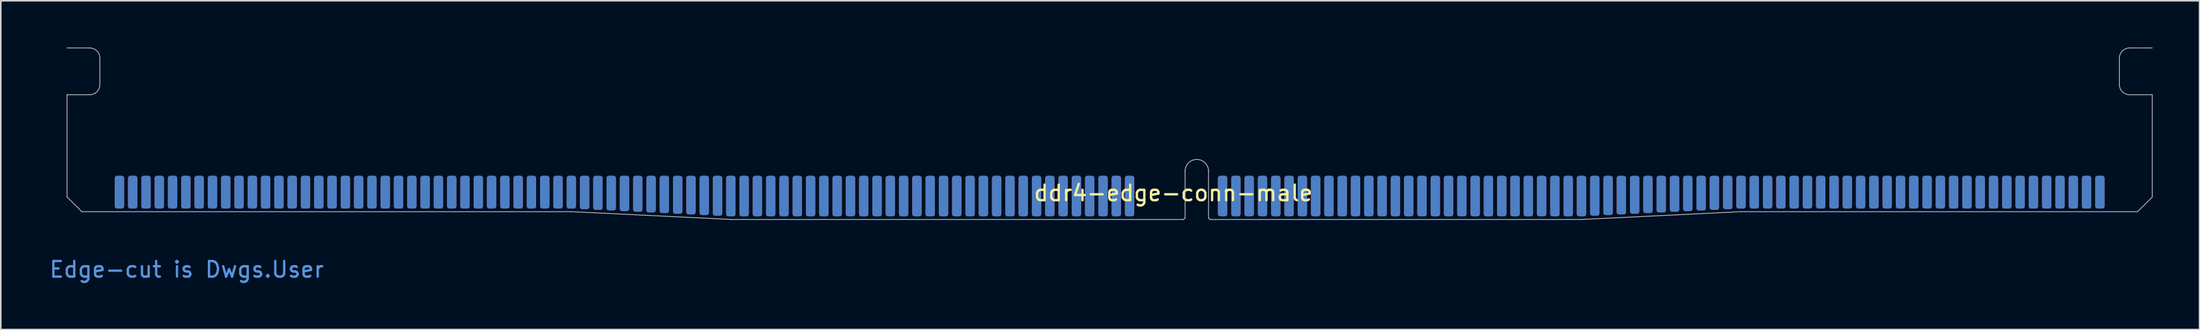
<source format=kicad_pcb>
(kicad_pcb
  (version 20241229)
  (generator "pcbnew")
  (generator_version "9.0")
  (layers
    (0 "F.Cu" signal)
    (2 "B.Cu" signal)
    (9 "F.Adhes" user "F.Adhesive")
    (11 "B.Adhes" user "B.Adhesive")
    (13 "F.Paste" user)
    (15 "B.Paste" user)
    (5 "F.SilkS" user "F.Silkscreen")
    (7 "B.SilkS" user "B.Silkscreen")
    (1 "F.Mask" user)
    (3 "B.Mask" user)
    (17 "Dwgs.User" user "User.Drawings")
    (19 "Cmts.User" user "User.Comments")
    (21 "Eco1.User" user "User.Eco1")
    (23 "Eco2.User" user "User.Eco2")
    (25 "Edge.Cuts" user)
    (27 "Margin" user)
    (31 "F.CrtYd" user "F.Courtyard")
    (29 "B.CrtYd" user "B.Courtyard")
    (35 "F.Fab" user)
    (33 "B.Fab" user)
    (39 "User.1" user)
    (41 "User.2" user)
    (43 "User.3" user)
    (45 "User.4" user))
  (footprint "ddr4-edge-conn-male"
    (layer "F.Cu")
    (at 69.187 0.635)
    (property "Reference" "ddr4-edge-conn-male" (at 2.8 8.7 0) (layer "F.SilkS") (effects (font (size 1 1) (thickness 0.15))))
    (attr through_hole)
    (fp_line (start -67.95 -0.61) (end -66.5 -0.61) (stroke (width 0.05) (type solid)) (layer "Dwgs.User"))
    (fp_line (start -67.95 2.39) (end -66.5 2.39) (stroke (width 0.05) (type solid)) (layer "Dwgs.User"))
    (fp_line (start -67.95 8.95) (end -67.95 2.39) (stroke (width 0.05) (type solid)) (layer "Dwgs.User"))
    (fp_line (start -67.95 8.95) (end -67 9.89) (stroke (width 0.05) (type solid)) (layer "Dwgs.User"))
    (fp_line (start -65.85 1.74) (end -65.85 0.04) (stroke (width 0.05) (type solid)) (layer "Dwgs.User"))
    (fp_line (start -35.7 9.89) (end -67 9.89) (stroke (width 0.05) (type solid)) (layer "Dwgs.User"))
    (fp_line (start -25.5 10.39) (end -35.7 9.89) (stroke (width 0.05) (type solid)) (layer "Dwgs.User"))
    (fp_line (start 3.45 10.39) (end -25.5 10.39) (stroke (width 0.05) (type solid)) (layer "Dwgs.User"))
    (fp_line (start 3.45 10.39) (end 3.55 10.3) (stroke (width 0.05) (type solid)) (layer "Dwgs.User"))
    (fp_line (start 3.55 10.3) (end 3.55 7.29) (stroke (width 0.05) (type solid)) (layer "Dwgs.User"))
    (fp_line (start 5.05 7.29) (end 5.05 10.3) (stroke (width 0.05) (type solid)) (layer "Dwgs.User"))
    (fp_line (start 5.05 10.3) (end 5.14 10.39) (stroke (width 0.05) (type solid)) (layer "Dwgs.User"))
    (fp_line (start 5.14 10.39) (end 28.9 10.39) (stroke (width 0.05) (type solid)) (layer "Dwgs.User"))
    (fp_line (start 28.9 10.39) (end 39.1 9.89) (stroke (width 0.05) (type solid)) (layer "Dwgs.User"))
    (fp_line (start 39.1 9.89) (end 64.46 9.89) (stroke (width 0.05) (type solid)) (layer "Dwgs.User"))
    (fp_line (start 63.3 1.74) (end 63.3 0.04) (stroke (width 0.05) (type solid)) (layer "Dwgs.User"))
    (fp_line (start 64.46 9.89) (end 65.4 8.95) (stroke (width 0.05) (type solid)) (layer "Dwgs.User"))
    (fp_line (start 65.4 -0.61) (end 63.95 -0.61) (stroke (width 0.05) (type solid)) (layer "Dwgs.User"))
    (fp_line (start 65.4 2.39) (end 63.95 2.39) (stroke (width 0.05) (type solid)) (layer "Dwgs.User"))
    (fp_line (start 65.4 8.95) (end 65.4 2.39) (stroke (width 0.05) (type solid)) (layer "Dwgs.User"))
    (fp_arc (start -66.5 -0.61) (mid -66.040381 -0.419619) (end -65.85 0.04) (stroke (width 0.05) (type solid)) (layer "Dwgs.User"))
    (fp_arc (start -65.85 1.74) (mid -66.040381 2.199619) (end -66.5 2.39) (stroke (width 0.05) (type solid)) (layer "Dwgs.User"))
    (fp_arc (start 3.55 7.29) (mid 4.3 6.54) (end 5.05 7.29) (stroke (width 0.05) (type solid)) (layer "Dwgs.User"))
    (fp_arc (start 63.3 0.04) (mid 63.490381 -0.419619) (end 63.95 -0.61) (stroke (width 0.05) (type solid)) (layer "Dwgs.User"))
    (fp_arc (start 63.95 2.39) (mid 63.490381 2.199619) (end 63.3 1.74) (stroke (width 0.05) (type solid)) (layer "Dwgs.User"))
    (fp_text user "Edge-cut is Dwgs.User" (at -60.3 13.6 0) (layer "Cmts.User") (effects (font (size 1 1) (thickness 0.15))))
    (pad "1" smd roundrect (at -64.6 8.64) (size 0.6 2.1) (layers "F.Cu" "F.Mask") (roundrect_rratio 0.25))
    (pad "2" smd roundrect (at -63.75 8.64) (size 0.6 2.1) (layers "F.Cu" "F.Mask") (roundrect_rratio 0.25))
    (pad "3" smd roundrect (at -62.9 8.64) (size 0.6 2.1) (layers "F.Cu" "F.Mask") (roundrect_rratio 0.25))
    (pad "4" smd roundrect (at -62.05 8.64) (size 0.6 2.1) (layers "F.Cu" "F.Mask") (roundrect_rratio 0.25))
    (pad "5" smd roundrect (at -61.2 8.64) (size 0.6 2.1) (layers "F.Cu" "F.Mask") (roundrect_rratio 0.25))
    (pad "6" smd roundrect (at -60.35 8.64) (size 0.6 2.1) (layers "F.Cu" "F.Mask") (roundrect_rratio 0.25))
    (pad "7" smd roundrect (at -59.5 8.64) (size 0.6 2.1) (layers "F.Cu" "F.Mask") (roundrect_rratio 0.25))
    (pad "8" smd roundrect (at -58.65 8.64) (size 0.6 2.1) (layers "F.Cu" "F.Mask") (roundrect_rratio 0.25))
    (pad "9" smd roundrect (at -57.8 8.64) (size 0.6 2.1) (layers "F.Cu" "F.Mask") (roundrect_rratio 0.25))
    (pad "10" smd roundrect (at -56.95 8.64) (size 0.6 2.1) (layers "F.Cu" "F.Mask") (roundrect_rratio 0.25))
    (pad "11" smd roundrect (at -56.1 8.64) (size 0.6 2.1) (layers "F.Cu" "F.Mask") (roundrect_rratio 0.25))
    (pad "12" smd roundrect (at -55.25 8.64) (size 0.6 2.1) (layers "F.Cu" "F.Mask") (roundrect_rratio 0.25))
    (pad "13" smd roundrect (at -54.4 8.64) (size 0.6 2.1) (layers "F.Cu" "F.Mask") (roundrect_rratio 0.25))
    (pad "14" smd roundrect (at -53.55 8.64) (size 0.6 2.1) (layers "F.Cu" "F.Mask") (roundrect_rratio 0.25))
    (pad "15" smd roundrect (at -52.7 8.64) (size 0.6 2.1) (layers "F.Cu" "F.Mask") (roundrect_rratio 0.25))
    (pad "16" smd roundrect (at -51.85 8.64) (size 0.6 2.1) (layers "F.Cu" "F.Mask") (roundrect_rratio 0.25))
    (pad "17" smd roundrect (at -51 8.64) (size 0.6 2.1) (layers "F.Cu" "F.Mask") (roundrect_rratio 0.25))
    (pad "18" smd roundrect (at -50.15 8.64) (size 0.6 2.1) (layers "F.Cu" "F.Mask") (roundrect_rratio 0.25))
    (pad "19" smd roundrect (at -49.3 8.64) (size 0.6 2.1) (layers "F.Cu" "F.Mask") (roundrect_rratio 0.25))
    (pad "20" smd roundrect (at -48.45 8.64) (size 0.6 2.1) (layers "F.Cu" "F.Mask") (roundrect_rratio 0.25))
    (pad "21" smd roundrect (at -47.6 8.64) (size 0.6 2.1) (layers "F.Cu" "F.Mask") (roundrect_rratio 0.25))
    (pad "22" smd roundrect (at -46.75 8.64) (size 0.6 2.1) (layers "F.Cu" "F.Mask") (roundrect_rratio 0.25))
    (pad "23" smd roundrect (at -45.9 8.64) (size 0.6 2.1) (layers "F.Cu" "F.Mask") (roundrect_rratio 0.25))
    (pad "24" smd roundrect (at -45.05 8.64) (size 0.6 2.1) (layers "F.Cu" "F.Mask") (roundrect_rratio 0.25))
    (pad "25" smd roundrect (at -44.2 8.64) (size 0.6 2.1) (layers "F.Cu" "F.Mask") (roundrect_rratio 0.25))
    (pad "26" smd roundrect (at -43.35 8.64) (size 0.6 2.1) (layers "F.Cu" "F.Mask") (roundrect_rratio 0.25))
    (pad "27" smd roundrect (at -42.5 8.64) (size 0.6 2.1) (layers "F.Cu" "F.Mask") (roundrect_rratio 0.25))
    (pad "28" smd roundrect (at -41.65 8.64) (size 0.6 2.1) (layers "F.Cu" "F.Mask") (roundrect_rratio 0.25))
    (pad "29" smd roundrect (at -40.8 8.64) (size 0.6 2.1) (layers "F.Cu" "F.Mask") (roundrect_rratio 0.25))
    (pad "30" smd roundrect (at -39.95 8.64) (size 0.6 2.1) (layers "F.Cu" "F.Mask") (roundrect_rratio 0.25))
    (pad "31" smd roundrect (at -39.1 8.64) (size 0.6 2.1) (layers "F.Cu" "F.Mask") (roundrect_rratio 0.25))
    (pad "32" smd roundrect (at -38.25 8.64) (size 0.6 2.1) (layers "F.Cu" "F.Mask") (roundrect_rratio 0.25))
    (pad "33" smd roundrect (at -37.4 8.64) (size 0.6 2.1) (layers "F.Cu" "F.Mask") (roundrect_rratio 0.25))
    (pad "34" smd roundrect (at -36.55 8.64) (size 0.6 2.1) (layers "F.Cu" "F.Mask") (roundrect_rratio 0.25))
    (pad "35" smd roundrect (at -35.7 8.64) (size 0.6 2.1) (layers "F.Cu" "F.Mask") (roundrect_rratio 0.25))
    (pad "36" smd roundrect (at -34.85 8.89) (size 0.6 2.142) (drill (offset 0 -0.229)) (layers "F.Cu" "F.Mask") (roundrect_rratio 0.25))
    (pad "37" smd roundrect (at -34 8.89) (size 0.6 2.183) (drill (offset 0 -0.208)) (layers "F.Cu" "F.Mask") (roundrect_rratio 0.25))
    (pad "38" smd roundrect (at -33.15 8.89) (size 0.6 2.225) (drill (offset 0 -0.188)) (layers "F.Cu" "F.Mask") (roundrect_rratio 0.25))
    (pad "39" smd roundrect (at -32.3 8.89) (size 0.6 2.267) (drill (offset 0 -0.167)) (layers "F.Cu" "F.Mask") (roundrect_rratio 0.25))
    (pad "40" smd roundrect (at -31.45 8.89) (size 0.6 2.308) (drill (offset 0 -0.146)) (layers "F.Cu" "F.Mask") (roundrect_rratio 0.25))
    (pad "41" smd roundrect (at -30.6 8.89) (size 0.6 2.35) (drill (offset 0 -0.125)) (layers "F.Cu" "F.Mask") (roundrect_rratio 0.25))
    (pad "42" smd roundrect (at -29.75 8.89) (size 0.6 2.392) (drill (offset 0 -0.104)) (layers "F.Cu" "F.Mask") (roundrect_rratio 0.25))
    (pad "43" smd roundrect (at -28.9 8.89) (size 0.6 2.433) (drill (offset 0 -0.083)) (layers "F.Cu" "F.Mask") (roundrect_rratio 0.25))
    (pad "44" smd roundrect (at -28.05 8.89) (size 0.6 2.475) (drill (offset 0 -0.062)) (layers "F.Cu" "F.Mask") (roundrect_rratio 0.25))
    (pad "45" smd roundrect (at -27.2 8.89) (size 0.6 2.517) (drill (offset 0 -0.042)) (layers "F.Cu" "F.Mask") (roundrect_rratio 0.25))
    (pad "46" smd roundrect (at -26.35 8.89) (size 0.6 2.558) (drill (offset 0 -0.021)) (layers "F.Cu" "F.Mask") (roundrect_rratio 0.25))
    (pad "47" smd roundrect (at -25.5 8.89) (size 0.6 2.6) (layers "F.Cu" "F.Mask") (roundrect_rratio 0.25))
    (pad "48" smd roundrect (at -24.65 8.89) (size 0.6 2.6) (layers "F.Cu" "F.Mask") (roundrect_rratio 0.25))
    (pad "49" smd roundrect (at -23.8 8.89) (size 0.6 2.6) (layers "F.Cu" "F.Mask") (roundrect_rratio 0.25))
    (pad "50" smd roundrect (at -22.95 8.89) (size 0.6 2.6) (layers "F.Cu" "F.Mask") (roundrect_rratio 0.25))
    (pad "51" smd roundrect (at -22.1 8.89) (size 0.6 2.6) (layers "F.Cu" "F.Mask") (roundrect_rratio 0.25))
    (pad "52" smd roundrect (at -21.25 8.89) (size 0.6 2.6) (layers "F.Cu" "F.Mask") (roundrect_rratio 0.25))
    (pad "53" smd roundrect (at -20.4 8.89) (size 0.6 2.6) (layers "F.Cu" "F.Mask") (roundrect_rratio 0.25))
    (pad "54" smd roundrect (at -19.55 8.89) (size 0.6 2.6) (layers "F.Cu" "F.Mask") (roundrect_rratio 0.25))
    (pad "55" smd roundrect (at -18.7 8.89) (size 0.6 2.6) (layers "F.Cu" "F.Mask") (roundrect_rratio 0.25))
    (pad "56" smd roundrect (at -17.85 8.89) (size 0.6 2.6) (layers "F.Cu" "F.Mask") (roundrect_rratio 0.25))
    (pad "57" smd roundrect (at -17 8.89) (size 0.6 2.6) (layers "F.Cu" "F.Mask") (roundrect_rratio 0.25))
    (pad "58" smd roundrect (at -16.15 8.89) (size 0.6 2.6) (layers "F.Cu" "F.Mask") (roundrect_rratio 0.25))
    (pad "59" smd roundrect (at -15.3 8.89) (size 0.6 2.6) (layers "F.Cu" "F.Mask") (roundrect_rratio 0.25))
    (pad "60" smd roundrect (at -14.45 8.89) (size 0.6 2.6) (layers "F.Cu" "F.Mask") (roundrect_rratio 0.25))
    (pad "61" smd roundrect (at -13.6 8.89) (size 0.6 2.6) (layers "F.Cu" "F.Mask") (roundrect_rratio 0.25))
    (pad "62" smd roundrect (at -12.75 8.89) (size 0.6 2.6) (layers "F.Cu" "F.Mask") (roundrect_rratio 0.25))
    (pad "63" smd roundrect (at -11.9 8.89) (size 0.6 2.6) (layers "F.Cu" "F.Mask") (roundrect_rratio 0.25))
    (pad "64" smd roundrect (at -11.05 8.89) (size 0.6 2.6) (layers "F.Cu" "F.Mask") (roundrect_rratio 0.25))
    (pad "65" smd roundrect (at -10.2 8.89) (size 0.6 2.6) (layers "F.Cu" "F.Mask") (roundrect_rratio 0.25))
    (pad "66" smd roundrect (at -9.35 8.89) (size 0.6 2.6) (layers "F.Cu" "F.Mask") (roundrect_rratio 0.25))
    (pad "67" smd roundrect (at -8.5 8.89) (size 0.6 2.6) (layers "F.Cu" "F.Mask") (roundrect_rratio 0.25))
    (pad "68" smd roundrect (at -7.65 8.89) (size 0.6 2.6) (layers "F.Cu" "F.Mask") (roundrect_rratio 0.25))
    (pad "69" smd roundrect (at -6.8 8.89) (size 0.6 2.6) (layers "F.Cu" "F.Mask") (roundrect_rratio 0.25))
    (pad "70" smd roundrect (at -5.95 8.89) (size 0.6 2.6) (layers "F.Cu" "F.Mask") (roundrect_rratio 0.25))
    (pad "71" smd roundrect (at -5.1 8.89) (size 0.6 2.6) (layers "F.Cu" "F.Mask") (roundrect_rratio 0.25))
    (pad "72" smd roundrect (at -4.25 8.89) (size 0.6 2.6) (layers "F.Cu" "F.Mask") (roundrect_rratio 0.25))
    (pad "73" smd roundrect (at -3.4 8.89) (size 0.6 2.6) (layers "F.Cu" "F.Mask") (roundrect_rratio 0.25))
    (pad "74" smd roundrect (at -2.55 8.89) (size 0.6 2.6) (layers "F.Cu" "F.Mask") (roundrect_rratio 0.25))
    (pad "75" smd roundrect (at -1.7 8.89) (size 0.6 2.6) (layers "F.Cu" "F.Mask") (roundrect_rratio 0.25))
    (pad "76" smd roundrect (at -0.85 8.89) (size 0.6 2.6) (layers "F.Cu" "F.Mask") (roundrect_rratio 0.25))
    (pad "77" smd roundrect (at 0 8.89) (size 0.6 2.6) (layers "F.Cu" "F.Mask") (roundrect_rratio 0.25))
    (pad "78" smd roundrect (at 5.95 8.89) (size 0.6 2.6) (layers "F.Cu" "F.Mask") (roundrect_rratio 0.25))
    (pad "79" smd roundrect (at 6.8 8.89) (size 0.6 2.6) (layers "F.Cu" "F.Mask") (roundrect_rratio 0.25))
    (pad "80" smd roundrect (at 7.65 8.89) (size 0.6 2.6) (layers "F.Cu" "F.Mask") (roundrect_rratio 0.25))
    (pad "81" smd roundrect (at 8.5 8.89) (size 0.6 2.6) (layers "F.Cu" "F.Mask") (roundrect_rratio 0.25))
    (pad "82" smd roundrect (at 9.35 8.89) (size 0.6 2.6) (layers "F.Cu" "F.Mask") (roundrect_rratio 0.25))
    (pad "83" smd roundrect (at 10.2 8.89) (size 0.6 2.6) (layers "F.Cu" "F.Mask") (roundrect_rratio 0.25))
    (pad "84" smd roundrect (at 11.05 8.89) (size 0.6 2.6) (layers "F.Cu" "F.Mask") (roundrect_rratio 0.25))
    (pad "85" smd roundrect (at 11.9 8.89) (size 0.6 2.6) (layers "F.Cu" "F.Mask") (roundrect_rratio 0.25))
    (pad "86" smd roundrect (at 12.75 8.89) (size 0.6 2.6) (layers "F.Cu" "F.Mask") (roundrect_rratio 0.25))
    (pad "87" smd roundrect (at 13.6 8.89) (size 0.6 2.6) (layers "F.Cu" "F.Mask") (roundrect_rratio 0.25))
    (pad "88" smd roundrect (at 14.45 8.89) (size 0.6 2.6) (layers "F.Cu" "F.Mask") (roundrect_rratio 0.25))
    (pad "89" smd roundrect (at 15.3 8.89) (size 0.6 2.6) (layers "F.Cu" "F.Mask") (roundrect_rratio 0.25))
    (pad "90" smd roundrect (at 16.15 8.89) (size 0.6 2.6) (layers "F.Cu" "F.Mask") (roundrect_rratio 0.25))
    (pad "91" smd roundrect (at 17 8.89) (size 0.6 2.6) (layers "F.Cu" "F.Mask") (roundrect_rratio 0.25))
    (pad "92" smd roundrect (at 17.85 8.89) (size 0.6 2.6) (layers "F.Cu" "F.Mask") (roundrect_rratio 0.25))
    (pad "93" smd roundrect (at 18.7 8.89) (size 0.6 2.6) (layers "F.Cu" "F.Mask") (roundrect_rratio 0.25))
    (pad "94" smd roundrect (at 19.55 8.89) (size 0.6 2.6) (layers "F.Cu" "F.Mask") (roundrect_rratio 0.25))
    (pad "95" smd roundrect (at 20.4 8.89) (size 0.6 2.6) (layers "F.Cu" "F.Mask") (roundrect_rratio 0.25))
    (pad "96" smd roundrect (at 21.25 8.89) (size 0.6 2.6) (layers "F.Cu" "F.Mask") (roundrect_rratio 0.25))
    (pad "97" smd roundrect (at 22.1 8.89) (size 0.6 2.6) (layers "F.Cu" "F.Mask") (roundrect_rratio 0.25))
    (pad "98" smd roundrect (at 22.95 8.89) (size 0.6 2.6) (layers "F.Cu" "F.Mask") (roundrect_rratio 0.25))
    (pad "99" smd roundrect (at 23.8 8.89) (size 0.6 2.6) (layers "F.Cu" "F.Mask") (roundrect_rratio 0.25))
    (pad "100" smd roundrect (at 24.65 8.89) (size 0.6 2.6) (layers "F.Cu" "F.Mask") (roundrect_rratio 0.25))
    (pad "101" smd roundrect (at 25.5 8.89) (size 0.6 2.6) (layers "F.Cu" "F.Mask") (roundrect_rratio 0.25))
    (pad "102" smd roundrect (at 26.35 8.89) (size 0.6 2.6) (layers "F.Cu" "F.Mask") (roundrect_rratio 0.25))
    (pad "103" smd roundrect (at 27.2 8.89) (size 0.6 2.6) (layers "F.Cu" "F.Mask") (roundrect_rratio 0.25))
    (pad "104" smd roundrect (at 28.05 8.89) (size 0.6 2.6) (layers "F.Cu" "F.Mask") (roundrect_rratio 0.25))
    (pad "105" smd roundrect (at 28.9 8.89) (size 0.6 2.6) (layers "F.Cu" "F.Mask") (roundrect_rratio 0.25))
    (pad "106" smd roundrect (at 29.75 8.89) (size 0.6 2.558) (drill (offset 0 -0.021)) (layers "F.Cu" "F.Mask") (roundrect_rratio 0.25))
    (pad "107" smd roundrect (at 30.6 8.89) (size 0.6 2.517) (drill (offset 0 -0.042)) (layers "F.Cu" "F.Mask") (roundrect_rratio 0.25))
    (pad "108" smd roundrect (at 31.45 8.89) (size 0.6 2.475) (drill (offset 0 -0.062)) (layers "F.Cu" "F.Mask") (roundrect_rratio 0.25))
    (pad "109" smd roundrect (at 32.3 8.89) (size 0.6 2.433) (drill (offset 0 -0.083)) (layers "F.Cu" "F.Mask") (roundrect_rratio 0.25))
    (pad "110" smd roundrect (at 33.15 8.89) (size 0.6 2.392) (drill (offset 0 -0.104)) (layers "F.Cu" "F.Mask") (roundrect_rratio 0.25))
    (pad "111" smd roundrect (at 34 8.89) (size 0.6 2.35) (drill (offset 0 -0.125)) (layers "F.Cu" "F.Mask") (roundrect_rratio 0.25))
    (pad "112" smd roundrect (at 34.85 8.89) (size 0.6 2.308) (drill (offset 0 -0.146)) (layers "F.Cu" "F.Mask") (roundrect_rratio 0.25))
    (pad "113" smd roundrect (at 35.7 8.89) (size 0.6 2.267) (drill (offset 0 -0.167)) (layers "F.Cu" "F.Mask") (roundrect_rratio 0.25))
    (pad "114" smd roundrect (at 36.55 8.89) (size 0.6 2.225) (drill (offset 0 -0.188)) (layers "F.Cu" "F.Mask") (roundrect_rratio 0.25))
    (pad "115" smd roundrect (at 37.4 8.89) (size 0.6 2.183) (drill (offset 0 -0.208)) (layers "F.Cu" "F.Mask") (roundrect_rratio 0.25))
    (pad "116" smd roundrect (at 38.25 8.89) (size 0.6 2.142) (drill (offset 0 -0.229)) (layers "F.Cu" "F.Mask") (roundrect_rratio 0.25))
    (pad "117" smd roundrect (at 39.1 8.64) (size 0.6 2.1) (layers "F.Cu" "F.Mask") (roundrect_rratio 0.25))
    (pad "118" smd roundrect (at 39.95 8.64) (size 0.6 2.1) (layers "F.Cu" "F.Mask") (roundrect_rratio 0.25))
    (pad "119" smd roundrect (at 40.8 8.64) (size 0.6 2.1) (layers "F.Cu" "F.Mask") (roundrect_rratio 0.25))
    (pad "120" smd roundrect (at 41.65 8.64) (size 0.6 2.1) (layers "F.Cu" "F.Mask") (roundrect_rratio 0.25))
    (pad "121" smd roundrect (at 42.5 8.64) (size 0.6 2.1) (layers "F.Cu" "F.Mask") (roundrect_rratio 0.25))
    (pad "122" smd roundrect (at 43.35 8.64) (size 0.6 2.1) (layers "F.Cu" "F.Mask") (roundrect_rratio 0.25))
    (pad "123" smd roundrect (at 44.2 8.64) (size 0.6 2.1) (layers "F.Cu" "F.Mask") (roundrect_rratio 0.25))
    (pad "124" smd roundrect (at 45.05 8.64) (size 0.6 2.1) (layers "F.Cu" "F.Mask") (roundrect_rratio 0.25))
    (pad "125" smd roundrect (at 45.9 8.64) (size 0.6 2.1) (layers "F.Cu" "F.Mask") (roundrect_rratio 0.25))
    (pad "126" smd roundrect (at 46.75 8.64) (size 0.6 2.1) (layers "F.Cu" "F.Mask") (roundrect_rratio 0.25))
    (pad "127" smd roundrect (at 47.6 8.64) (size 0.6 2.1) (layers "F.Cu" "F.Mask") (roundrect_rratio 0.25))
    (pad "128" smd roundrect (at 48.45 8.64) (size 0.6 2.1) (layers "F.Cu" "F.Mask") (roundrect_rratio 0.25))
    (pad "129" smd roundrect (at 49.3 8.64) (size 0.6 2.1) (layers "F.Cu" "F.Mask") (roundrect_rratio 0.25))
    (pad "130" smd roundrect (at 50.15 8.64) (size 0.6 2.1) (layers "F.Cu" "F.Mask") (roundrect_rratio 0.25))
    (pad "131" smd roundrect (at 51 8.64) (size 0.6 2.1) (layers "F.Cu" "F.Mask") (roundrect_rratio 0.25))
    (pad "132" smd roundrect (at 51.85 8.64) (size 0.6 2.1) (layers "F.Cu" "F.Mask") (roundrect_rratio 0.25))
    (pad "133" smd roundrect (at 52.7 8.64) (size 0.6 2.1) (layers "F.Cu" "F.Mask") (roundrect_rratio 0.25))
    (pad "134" smd roundrect (at 53.55 8.64) (size 0.6 2.1) (layers "F.Cu" "F.Mask") (roundrect_rratio 0.25))
    (pad "135" smd roundrect (at 54.4 8.64) (size 0.6 2.1) (layers "F.Cu" "F.Mask") (roundrect_rratio 0.25))
    (pad "136" smd roundrect (at 55.25 8.64) (size 0.6 2.1) (layers "F.Cu" "F.Mask") (roundrect_rratio 0.25))
    (pad "137" smd roundrect (at 56.1 8.64) (size 0.6 2.1) (layers "F.Cu" "F.Mask") (roundrect_rratio 0.25))
    (pad "138" smd roundrect (at 56.95 8.64) (size 0.6 2.1) (layers "F.Cu" "F.Mask") (roundrect_rratio 0.25))
    (pad "139" smd roundrect (at 57.8 8.64) (size 0.6 2.1) (layers "F.Cu" "F.Mask") (roundrect_rratio 0.25))
    (pad "140" smd roundrect (at 58.65 8.64) (size 0.6 2.1) (layers "F.Cu" "F.Mask") (roundrect_rratio 0.25))
    (pad "141" smd roundrect (at 59.5 8.64) (size 0.6 2.1) (layers "F.Cu" "F.Mask") (roundrect_rratio 0.25))
    (pad "142" smd roundrect (at 60.35 8.64) (size 0.6 2.1) (layers "F.Cu" "F.Mask") (roundrect_rratio 0.25))
    (pad "143" smd roundrect (at 61.2 8.64) (size 0.6 2.1) (layers "F.Cu" "F.Mask") (roundrect_rratio 0.25))
    (pad "144" smd roundrect (at 62.05 8.64) (size 0.6 2.1) (layers "F.Cu" "F.Mask") (roundrect_rratio 0.25))
    (pad "145" smd roundrect (at -64.6 8.64 180) (size 0.6 2.1) (layers "B.Cu" "B.Mask") (roundrect_rratio 0.25))
    (pad "146" smd roundrect (at -63.75 8.64 180) (size 0.6 2.1) (layers "B.Cu" "B.Mask") (roundrect_rratio 0.25))
    (pad "147" smd roundrect (at -62.9 8.64 180) (size 0.6 2.1) (layers "B.Cu" "B.Mask") (roundrect_rratio 0.25))
    (pad "148" smd roundrect (at -62.05 8.64 180) (size 0.6 2.1) (layers "B.Cu" "B.Mask") (roundrect_rratio 0.25))
    (pad "149" smd roundrect (at -61.2 8.64 180) (size 0.6 2.1) (layers "B.Cu" "B.Mask") (roundrect_rratio 0.25))
    (pad "150" smd roundrect (at -60.35 8.64 180) (size 0.6 2.1) (layers "B.Cu" "B.Mask") (roundrect_rratio 0.25))
    (pad "151" smd roundrect (at -59.5 8.64 180) (size 0.6 2.1) (layers "B.Cu" "B.Mask") (roundrect_rratio 0.25))
    (pad "152" smd roundrect (at -58.65 8.64 180) (size 0.6 2.1) (layers "B.Cu" "B.Mask") (roundrect_rratio 0.25))
    (pad "153" smd roundrect (at -57.8 8.64 180) (size 0.6 2.1) (layers "B.Cu" "B.Mask") (roundrect_rratio 0.25))
    (pad "154" smd roundrect (at -56.95 8.64 180) (size 0.6 2.1) (layers "B.Cu" "B.Mask") (roundrect_rratio 0.25))
    (pad "155" smd roundrect (at -56.1 8.64 180) (size 0.6 2.1) (layers "B.Cu" "B.Mask") (roundrect_rratio 0.25))
    (pad "156" smd roundrect (at -55.25 8.64 180) (size 0.6 2.1) (layers "B.Cu" "B.Mask") (roundrect_rratio 0.25))
    (pad "157" smd roundrect (at -54.4 8.64 180) (size 0.6 2.1) (layers "B.Cu" "B.Mask") (roundrect_rratio 0.25))
    (pad "158" smd roundrect (at -53.55 8.64 180) (size 0.6 2.1) (layers "B.Cu" "B.Mask") (roundrect_rratio 0.25))
    (pad "159" smd roundrect (at -52.7 8.64 180) (size 0.6 2.1) (layers "B.Cu" "B.Mask") (roundrect_rratio 0.25))
    (pad "160" smd roundrect (at -51.85 8.64 180) (size 0.6 2.1) (layers "B.Cu" "B.Mask") (roundrect_rratio 0.25))
    (pad "161" smd roundrect (at -51 8.64 180) (size 0.6 2.1) (layers "B.Cu" "B.Mask") (roundrect_rratio 0.25))
    (pad "162" smd roundrect (at -50.15 8.64 180) (size 0.6 2.1) (layers "B.Cu" "B.Mask") (roundrect_rratio 0.25))
    (pad "163" smd roundrect (at -49.3 8.64 180) (size 0.6 2.1) (layers "B.Cu" "B.Mask") (roundrect_rratio 0.25))
    (pad "164" smd roundrect (at -48.45 8.64 180) (size 0.6 2.1) (layers "B.Cu" "B.Mask") (roundrect_rratio 0.25))
    (pad "165" smd roundrect (at -47.6 8.64 180) (size 0.6 2.1) (layers "B.Cu" "B.Mask") (roundrect_rratio 0.25))
    (pad "166" smd roundrect (at -46.75 8.64 180) (size 0.6 2.1) (layers "B.Cu" "B.Mask") (roundrect_rratio 0.25))
    (pad "167" smd roundrect (at -45.9 8.64 180) (size 0.6 2.1) (layers "B.Cu" "B.Mask") (roundrect_rratio 0.25))
    (pad "168" smd roundrect (at -45.05 8.64 180) (size 0.6 2.1) (layers "B.Cu" "B.Mask") (roundrect_rratio 0.25))
    (pad "169" smd roundrect (at -44.2 8.64 180) (size 0.6 2.1) (layers "B.Cu" "B.Mask") (roundrect_rratio 0.25))
    (pad "170" smd roundrect (at -43.35 8.64 180) (size 0.6 2.1) (layers "B.Cu" "B.Mask") (roundrect_rratio 0.25))
    (pad "171" smd roundrect (at -42.5 8.64 180) (size 0.6 2.1) (layers "B.Cu" "B.Mask") (roundrect_rratio 0.25))
    (pad "172" smd roundrect (at -41.65 8.64 180) (size 0.6 2.1) (layers "B.Cu" "B.Mask") (roundrect_rratio 0.25))
    (pad "173" smd roundrect (at -40.8 8.64 180) (size 0.6 2.1) (layers "B.Cu" "B.Mask") (roundrect_rratio 0.25))
    (pad "174" smd roundrect (at -39.95 8.64 180) (size 0.6 2.1) (layers "B.Cu" "B.Mask") (roundrect_rratio 0.25))
    (pad "175" smd roundrect (at -39.1 8.64 180) (size 0.6 2.1) (layers "B.Cu" "B.Mask") (roundrect_rratio 0.25))
    (pad "176" smd roundrect (at -38.25 8.64 180) (size 0.6 2.1) (layers "B.Cu" "B.Mask") (roundrect_rratio 0.25))
    (pad "177" smd roundrect (at -37.4 8.64 180) (size 0.6 2.1) (layers "B.Cu" "B.Mask") (roundrect_rratio 0.25))
    (pad "178" smd roundrect (at -36.55 8.64 180) (size 0.6 2.1) (layers "B.Cu" "B.Mask") (roundrect_rratio 0.25))
    (pad "179" smd roundrect (at -35.7 8.64 180) (size 0.6 2.1) (layers "B.Cu" "B.Mask") (roundrect_rratio 0.25))
    (pad "180" smd roundrect (at -34.85 8.89 180) (size 0.6 2.142) (drill (offset 0 0.229)) (layers "B.Cu" "B.Mask") (roundrect_rratio 0.25))
    (pad "181" smd roundrect (at -34 8.89 180) (size 0.6 2.183) (drill (offset 0 0.208)) (layers "B.Cu" "B.Mask") (roundrect_rratio 0.25))
    (pad "182" smd roundrect (at -33.15 8.89 180) (size 0.6 2.225) (drill (offset 0 0.188)) (layers "B.Cu" "B.Mask") (roundrect_rratio 0.25))
    (pad "183" smd roundrect (at -32.3 8.89 180) (size 0.6 2.267) (drill (offset 0 0.167)) (layers "B.Cu" "B.Mask") (roundrect_rratio 0.25))
    (pad "184" smd roundrect (at -31.45 8.89 180) (size 0.6 2.308) (drill (offset 0 0.146)) (layers "B.Cu" "B.Mask") (roundrect_rratio 0.25))
    (pad "185" smd roundrect (at -30.6 8.89 180) (size 0.6 2.35) (drill (offset 0 0.125)) (layers "B.Cu" "B.Mask") (roundrect_rratio 0.25))
    (pad "186" smd roundrect (at -29.75 8.89 180) (size 0.6 2.392) (drill (offset 0 0.104)) (layers "B.Cu" "B.Mask") (roundrect_rratio 0.25))
    (pad "187" smd roundrect (at -28.9 8.89 180) (size 0.6 2.433) (drill (offset 0 0.083)) (layers "B.Cu" "B.Mask") (roundrect_rratio 0.25))
    (pad "188" smd roundrect (at -28.05 8.89 180) (size 0.6 2.475) (drill (offset 0 0.062)) (layers "B.Cu" "B.Mask") (roundrect_rratio 0.25))
    (pad "189" smd roundrect (at -27.2 8.89 180) (size 0.6 2.517) (drill (offset 0 0.042)) (layers "B.Cu" "B.Mask") (roundrect_rratio 0.25))
    (pad "190" smd roundrect (at -26.35 8.89 180) (size 0.6 2.558) (drill (offset 0 0.021)) (layers "B.Cu" "B.Mask") (roundrect_rratio 0.25))
    (pad "191" smd roundrect (at -25.5 8.89 180) (size 0.6 2.6) (layers "B.Cu" "B.Mask") (roundrect_rratio 0.25))
    (pad "192" smd roundrect (at -24.65 8.89 180) (size 0.6 2.6) (layers "B.Cu" "B.Mask") (roundrect_rratio 0.25))
    (pad "193" smd roundrect (at -23.8 8.89 180) (size 0.6 2.6) (layers "B.Cu" "B.Mask") (roundrect_rratio 0.25))
    (pad "194" smd roundrect (at -22.95 8.89 180) (size 0.6 2.6) (layers "B.Cu" "B.Mask") (roundrect_rratio 0.25))
    (pad "195" smd roundrect (at -22.1 8.89 180) (size 0.6 2.6) (layers "B.Cu" "B.Mask") (roundrect_rratio 0.25))
    (pad "196" smd roundrect (at -21.25 8.89 180) (size 0.6 2.6) (layers "B.Cu" "B.Mask") (roundrect_rratio 0.25))
    (pad "197" smd roundrect (at -20.4 8.89 180) (size 0.6 2.6) (layers "B.Cu" "B.Mask") (roundrect_rratio 0.25))
    (pad "198" smd roundrect (at -19.55 8.89 180) (size 0.6 2.6) (layers "B.Cu" "B.Mask") (roundrect_rratio 0.25))
    (pad "199" smd roundrect (at -18.7 8.89 180) (size 0.6 2.6) (layers "B.Cu" "B.Mask") (roundrect_rratio 0.25))
    (pad "200" smd roundrect (at -17.85 8.89 180) (size 0.6 2.6) (layers "B.Cu" "B.Mask") (roundrect_rratio 0.25))
    (pad "201" smd roundrect (at -17 8.89 180) (size 0.6 2.6) (layers "B.Cu" "B.Mask") (roundrect_rratio 0.25))
    (pad "202" smd roundrect (at -16.15 8.89 180) (size 0.6 2.6) (layers "B.Cu" "B.Mask") (roundrect_rratio 0.25))
    (pad "203" smd roundrect (at -15.3 8.89 180) (size 0.6 2.6) (layers "B.Cu" "B.Mask") (roundrect_rratio 0.25))
    (pad "204" smd roundrect (at -14.45 8.89 180) (size 0.6 2.6) (layers "B.Cu" "B.Mask") (roundrect_rratio 0.25))
    (pad "205" smd roundrect (at -13.6 8.89 180) (size 0.6 2.6) (layers "B.Cu" "B.Mask") (roundrect_rratio 0.25))
    (pad "206" smd roundrect (at -12.75 8.89 180) (size 0.6 2.6) (layers "B.Cu" "B.Mask") (roundrect_rratio 0.25))
    (pad "207" smd roundrect (at -11.9 8.89 180) (size 0.6 2.6) (layers "B.Cu" "B.Mask") (roundrect_rratio 0.25))
    (pad "208" smd roundrect (at -11.05 8.89 180) (size 0.6 2.6) (layers "B.Cu" "B.Mask") (roundrect_rratio 0.25))
    (pad "209" smd roundrect (at -10.2 8.89 180) (size 0.6 2.6) (layers "B.Cu" "B.Mask") (roundrect_rratio 0.25))
    (pad "210" smd roundrect (at -9.35 8.89 180) (size 0.6 2.6) (layers "B.Cu" "B.Mask") (roundrect_rratio 0.25))
    (pad "211" smd roundrect (at -8.5 8.89 180) (size 0.6 2.6) (layers "B.Cu" "B.Mask") (roundrect_rratio 0.25))
    (pad "212" smd roundrect (at -7.65 8.89 180) (size 0.6 2.6) (layers "B.Cu" "B.Mask") (roundrect_rratio 0.25))
    (pad "213" smd roundrect (at -6.8 8.89 180) (size 0.6 2.6) (layers "B.Cu" "B.Mask") (roundrect_rratio 0.25))
    (pad "214" smd roundrect (at -5.95 8.89 180) (size 0.6 2.6) (layers "B.Cu" "B.Mask") (roundrect_rratio 0.25))
    (pad "215" smd roundrect (at -5.1 8.89 180) (size 0.6 2.6) (layers "B.Cu" "B.Mask") (roundrect_rratio 0.25))
    (pad "216" smd roundrect (at -4.25 8.89 180) (size 0.6 2.6) (layers "B.Cu" "B.Mask") (roundrect_rratio 0.25))
    (pad "217" smd roundrect (at -3.4 8.89 180) (size 0.6 2.6) (layers "B.Cu" "B.Mask") (roundrect_rratio 0.25))
    (pad "218" smd roundrect (at -2.55 8.89 180) (size 0.6 2.6) (layers "B.Cu" "B.Mask") (roundrect_rratio 0.25))
    (pad "219" smd roundrect (at -1.7 8.89 180) (size 0.6 2.6) (layers "B.Cu" "B.Mask") (roundrect_rratio 0.25))
    (pad "220" smd roundrect (at -0.85 8.89 180) (size 0.6 2.6) (layers "B.Cu" "B.Mask") (roundrect_rratio 0.25))
    (pad "221" smd roundrect (at 0 8.89 180) (size 0.6 2.6) (layers "B.Cu" "B.Mask") (roundrect_rratio 0.25))
    (pad "222" smd roundrect (at 5.95 8.89 180) (size 0.6 2.6) (layers "B.Cu" "B.Mask") (roundrect_rratio 0.25))
    (pad "223" smd roundrect (at 6.8 8.89 180) (size 0.6 2.6) (layers "B.Cu" "B.Mask") (roundrect_rratio 0.25))
    (pad "224" smd roundrect (at 7.65 8.89 180) (size 0.6 2.6) (layers "B.Cu" "B.Mask") (roundrect_rratio 0.25))
    (pad "225" smd roundrect (at 8.5 8.89 180) (size 0.6 2.6) (layers "B.Cu" "B.Mask") (roundrect_rratio 0.25))
    (pad "226" smd roundrect (at 9.35 8.89 180) (size 0.6 2.6) (layers "B.Cu" "B.Mask") (roundrect_rratio 0.25))
    (pad "227" smd roundrect (at 10.2 8.89 180) (size 0.6 2.6) (layers "B.Cu" "B.Mask") (roundrect_rratio 0.25))
    (pad "228" smd roundrect (at 11.05 8.89 180) (size 0.6 2.6) (layers "B.Cu" "B.Mask") (roundrect_rratio 0.25))
    (pad "229" smd roundrect (at 11.9 8.89 180) (size 0.6 2.6) (layers "B.Cu" "B.Mask") (roundrect_rratio 0.25))
    (pad "230" smd roundrect (at 12.75 8.89 180) (size 0.6 2.6) (layers "B.Cu" "B.Mask") (roundrect_rratio 0.25))
    (pad "231" smd roundrect (at 13.6 8.89 180) (size 0.6 2.6) (layers "B.Cu" "B.Mask") (roundrect_rratio 0.25))
    (pad "232" smd roundrect (at 14.45 8.89 180) (size 0.6 2.6) (layers "B.Cu" "B.Mask") (roundrect_rratio 0.25))
    (pad "233" smd roundrect (at 15.3 8.89 180) (size 0.6 2.6) (layers "B.Cu" "B.Mask") (roundrect_rratio 0.25))
    (pad "234" smd roundrect (at 16.15 8.89 180) (size 0.6 2.6) (layers "B.Cu" "B.Mask") (roundrect_rratio 0.25))
    (pad "235" smd roundrect (at 17 8.89 180) (size 0.6 2.6) (layers "B.Cu" "B.Mask") (roundrect_rratio 0.25))
    (pad "236" smd roundrect (at 17.85 8.89 180) (size 0.6 2.6) (layers "B.Cu" "B.Mask") (roundrect_rratio 0.25))
    (pad "237" smd roundrect (at 18.7 8.89 180) (size 0.6 2.6) (layers "B.Cu" "B.Mask") (roundrect_rratio 0.25))
    (pad "238" smd roundrect (at 19.55 8.89 180) (size 0.6 2.6) (layers "B.Cu" "B.Mask") (roundrect_rratio 0.25))
    (pad "239" smd roundrect (at 20.4 8.89 180) (size 0.6 2.6) (layers "B.Cu" "B.Mask") (roundrect_rratio 0.25))
    (pad "240" smd roundrect (at 21.25 8.89 180) (size 0.6 2.6) (layers "B.Cu" "B.Mask") (roundrect_rratio 0.25))
    (pad "241" smd roundrect (at 22.1 8.89 180) (size 0.6 2.6) (layers "B.Cu" "B.Mask") (roundrect_rratio 0.25))
    (pad "242" smd roundrect (at 22.95 8.89 180) (size 0.6 2.6) (layers "B.Cu" "B.Mask") (roundrect_rratio 0.25))
    (pad "243" smd roundrect (at 23.8 8.89 180) (size 0.6 2.6) (layers "B.Cu" "B.Mask") (roundrect_rratio 0.25))
    (pad "244" smd roundrect (at 24.65 8.89 180) (size 0.6 2.6) (layers "B.Cu" "B.Mask") (roundrect_rratio 0.25))
    (pad "245" smd roundrect (at 25.5 8.89 180) (size 0.6 2.6) (layers "B.Cu" "B.Mask") (roundrect_rratio 0.25))
    (pad "246" smd roundrect (at 26.35 8.89 180) (size 0.6 2.6) (layers "B.Cu" "B.Mask") (roundrect_rratio 0.25))
    (pad "247" smd roundrect (at 27.2 8.89 180) (size 0.6 2.6) (layers "B.Cu" "B.Mask") (roundrect_rratio 0.25))
    (pad "248" smd roundrect (at 28.05 8.89 180) (size 0.6 2.6) (layers "B.Cu" "B.Mask") (roundrect_rratio 0.25))
    (pad "249" smd roundrect (at 28.9 8.89 180) (size 0.6 2.6) (layers "B.Cu" "B.Mask") (roundrect_rratio 0.25))
    (pad "250" smd roundrect (at 29.75 8.89 180) (size 0.6 2.558) (drill (offset 0 0.021)) (layers "B.Cu" "B.Mask") (roundrect_rratio 0.25))
    (pad "251" smd roundrect (at 30.6 8.89 180) (size 0.6 2.517) (drill (offset 0 0.042)) (layers "B.Cu" "B.Mask") (roundrect_rratio 0.25))
    (pad "252" smd roundrect (at 31.45 8.89 180) (size 0.6 2.475) (drill (offset 0 0.062)) (layers "B.Cu" "B.Mask") (roundrect_rratio 0.25))
    (pad "253" smd roundrect (at 32.3 8.89 180) (size 0.6 2.433) (drill (offset 0 0.083)) (layers "B.Cu" "B.Mask") (roundrect_rratio 0.25))
    (pad "254" smd roundrect (at 33.15 8.89 180) (size 0.6 2.392) (drill (offset 0 0.104)) (layers "B.Cu" "B.Mask") (roundrect_rratio 0.25))
    (pad "255" smd roundrect (at 34 8.89 180) (size 0.6 2.35) (drill (offset 0 0.125)) (layers "B.Cu" "B.Mask") (roundrect_rratio 0.25))
    (pad "256" smd roundrect (at 34.85 8.89 180) (size 0.6 2.308) (drill (offset 0 0.146)) (layers "B.Cu" "B.Mask") (roundrect_rratio 0.25))
    (pad "257" smd roundrect (at 35.7 8.89 180) (size 0.6 2.267) (drill (offset 0 0.167)) (layers "B.Cu" "B.Mask") (roundrect_rratio 0.25))
    (pad "258" smd roundrect (at 36.55 8.89 180) (size 0.6 2.225) (drill (offset 0 0.188)) (layers "B.Cu" "B.Mask") (roundrect_rratio 0.25))
    (pad "259" smd roundrect (at 37.4 8.89 180) (size 0.6 2.183) (drill (offset 0 0.208)) (layers "B.Cu" "B.Mask") (roundrect_rratio 0.25))
    (pad "260" smd roundrect (at 38.25 8.89 180) (size 0.6 2.142) (drill (offset 0 0.229)) (layers "B.Cu" "B.Mask") (roundrect_rratio 0.25))
    (pad "261" smd roundrect (at 39.1 8.64 180) (size 0.6 2.1) (layers "B.Cu" "B.Mask") (roundrect_rratio 0.25))
    (pad "262" smd roundrect (at 39.95 8.64 180) (size 0.6 2.1) (layers "B.Cu" "B.Mask") (roundrect_rratio 0.25))
    (pad "263" smd roundrect (at 40.8 8.64 180) (size 0.6 2.1) (layers "B.Cu" "B.Mask") (roundrect_rratio 0.25))
    (pad "264" smd roundrect (at 41.65 8.64 180) (size 0.6 2.1) (layers "B.Cu" "B.Mask") (roundrect_rratio 0.25))
    (pad "265" smd roundrect (at 42.5 8.64 180) (size 0.6 2.1) (layers "B.Cu" "B.Mask") (roundrect_rratio 0.25))
    (pad "266" smd roundrect (at 43.35 8.64 180) (size 0.6 2.1) (layers "B.Cu" "B.Mask") (roundrect_rratio 0.25))
    (pad "267" smd roundrect (at 44.2 8.64 180) (size 0.6 2.1) (layers "B.Cu" "B.Mask") (roundrect_rratio 0.25))
    (pad "268" smd roundrect (at 45.05 8.64 180) (size 0.6 2.1) (layers "B.Cu" "B.Mask") (roundrect_rratio 0.25))
    (pad "269" smd roundrect (at 45.9 8.64 180) (size 0.6 2.1) (layers "B.Cu" "B.Mask") (roundrect_rratio 0.25))
    (pad "270" smd roundrect (at 46.75 8.64 180) (size 0.6 2.1) (layers "B.Cu" "B.Mask") (roundrect_rratio 0.25))
    (pad "271" smd roundrect (at 47.6 8.64 180) (size 0.6 2.1) (layers "B.Cu" "B.Mask") (roundrect_rratio 0.25))
    (pad "272" smd roundrect (at 48.45 8.64 180) (size 0.6 2.1) (layers "B.Cu" "B.Mask") (roundrect_rratio 0.25))
    (pad "273" smd roundrect (at 49.3 8.64 180) (size 0.6 2.1) (layers "B.Cu" "B.Mask") (roundrect_rratio 0.25))
    (pad "274" smd roundrect (at 50.15 8.64 180) (size 0.6 2.1) (layers "B.Cu" "B.Mask") (roundrect_rratio 0.25))
    (pad "275" smd roundrect (at 51 8.64 180) (size 0.6 2.1) (layers "B.Cu" "B.Mask") (roundrect_rratio 0.25))
    (pad "276" smd roundrect (at 51.85 8.64 180) (size 0.6 2.1) (layers "B.Cu" "B.Mask") (roundrect_rratio 0.25))
    (pad "277" smd roundrect (at 52.7 8.64 180) (size 0.6 2.1) (layers "B.Cu" "B.Mask") (roundrect_rratio 0.25))
    (pad "278" smd roundrect (at 53.55 8.64 180) (size 0.6 2.1) (layers "B.Cu" "B.Mask") (roundrect_rratio 0.25))
    (pad "279" smd roundrect (at 54.4 8.64 180) (size 0.6 2.1) (layers "B.Cu" "B.Mask") (roundrect_rratio 0.25))
    (pad "280" smd roundrect (at 55.25 8.64 180) (size 0.6 2.1) (layers "B.Cu" "B.Mask") (roundrect_rratio 0.25))
    (pad "281" smd roundrect (at 56.1 8.64 180) (size 0.6 2.1) (layers "B.Cu" "B.Mask") (roundrect_rratio 0.25))
    (pad "282" smd roundrect (at 56.95 8.64 180) (size 0.6 2.1) (layers "B.Cu" "B.Mask") (roundrect_rratio 0.25))
    (pad "283" smd roundrect (at 57.8 8.64 180) (size 0.6 2.1) (layers "B.Cu" "B.Mask") (roundrect_rratio 0.25))
    (pad "284" smd roundrect (at 58.65 8.64 180) (size 0.6 2.1) (layers "B.Cu" "B.Mask") (roundrect_rratio 0.25))
    (pad "285" smd roundrect (at 59.5 8.64 180) (size 0.6 2.1) (layers "B.Cu" "B.Mask") (roundrect_rratio 0.25))
    (pad "286" smd roundrect (at 60.35 8.64 180) (size 0.6 2.1) (layers "B.Cu" "B.Mask") (roundrect_rratio 0.25))
    (pad "287" smd roundrect (at 61.2 8.64 180) (size 0.6 2.1) (layers "B.Cu" "B.Mask") (roundrect_rratio 0.25))
    (pad "288" smd roundrect (at 62.05 8.64 180) (size 0.6 2.1) (layers "B.Cu" "B.Mask") (roundrect_rratio 0.25)))
  (gr_rect
    (start -3 -3)
    (end 137.612 18.083)
    (stroke (width 0.1) (type default))
    (fill no)
    (layer "Edge.Cuts")))
</source>
